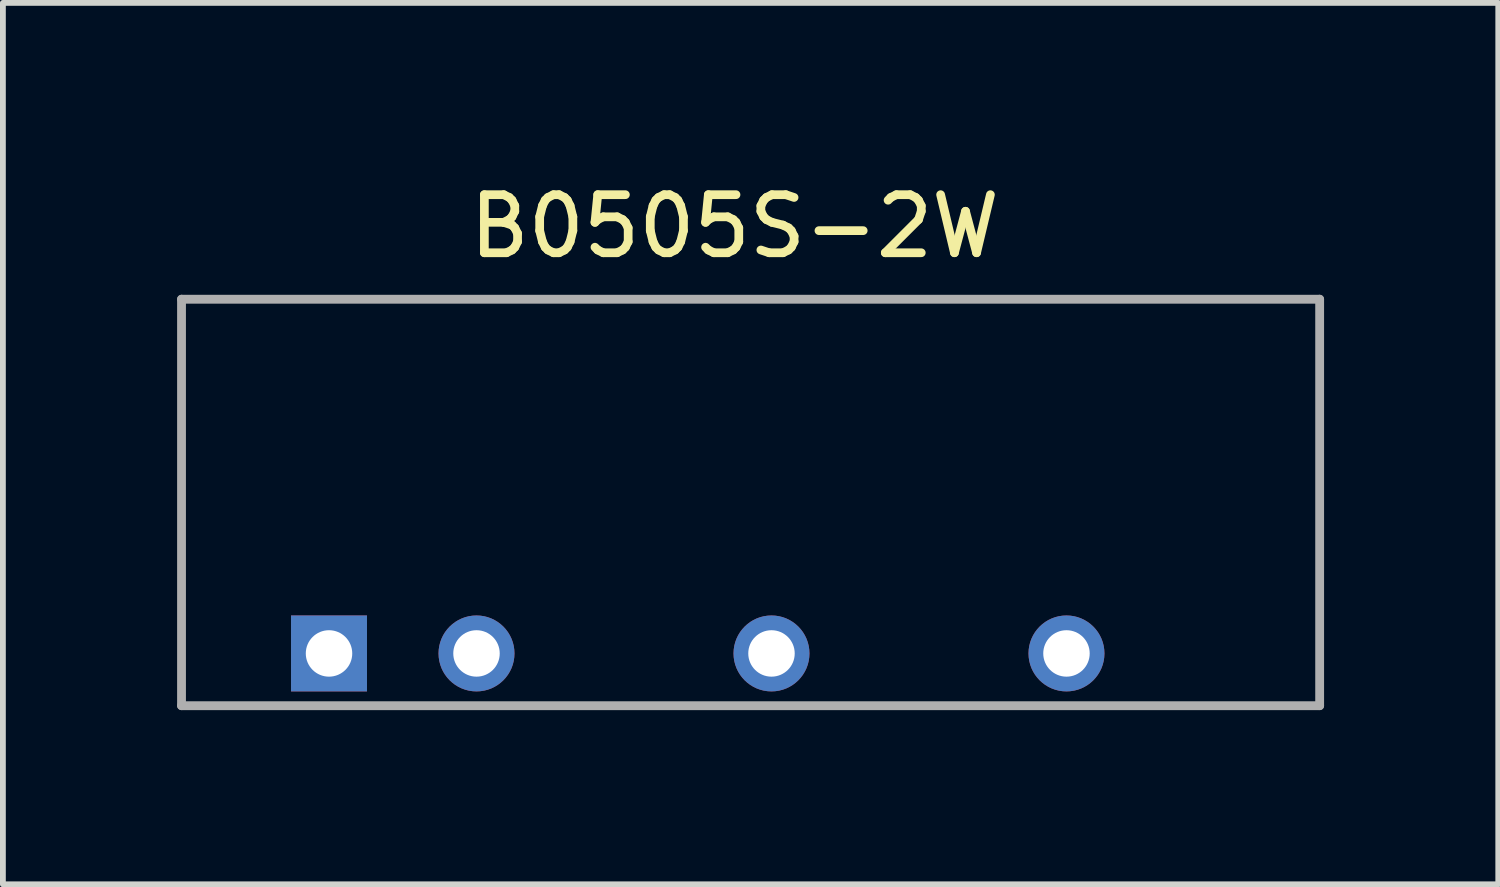
<source format=kicad_pcb>
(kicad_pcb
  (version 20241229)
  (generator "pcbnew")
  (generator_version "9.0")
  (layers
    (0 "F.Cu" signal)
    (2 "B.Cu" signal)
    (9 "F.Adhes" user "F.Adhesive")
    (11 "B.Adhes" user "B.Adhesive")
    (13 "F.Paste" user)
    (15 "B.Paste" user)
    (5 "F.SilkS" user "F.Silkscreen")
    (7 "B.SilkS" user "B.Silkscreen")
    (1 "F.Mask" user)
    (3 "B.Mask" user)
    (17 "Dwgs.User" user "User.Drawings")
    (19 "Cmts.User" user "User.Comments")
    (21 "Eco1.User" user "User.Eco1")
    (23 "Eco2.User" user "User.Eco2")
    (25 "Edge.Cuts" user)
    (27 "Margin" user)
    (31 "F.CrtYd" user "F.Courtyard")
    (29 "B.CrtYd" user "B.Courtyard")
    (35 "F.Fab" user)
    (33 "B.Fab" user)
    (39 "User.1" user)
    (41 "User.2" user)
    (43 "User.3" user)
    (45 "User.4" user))
  (footprint "B0505S-2W"
    (layer "F.Cu")
    (at 10.236 5.293)
    (property "Reference" "B0505S-2W" (at -0.635 -4.445 0) (layer "F.SilkS") (effects (font (size 1 1) (thickness 0.15))))
    (attr through_hole)
    (fp_line (start -10.16 -3.19) (end -10.16 3.81) (stroke (width 0.152) (type solid)) (layer "F.Fab"))
    (fp_line (start -10.16 3.81) (end 9.44 3.81) (stroke (width 0.152) (type solid)) (layer "F.Fab"))
    (fp_line (start 9.44 -3.19) (end -10.16 -3.19) (stroke (width 0.152) (type solid)) (layer "F.Fab"))
    (fp_line (start 9.44 3.81) (end 9.44 -3.19) (stroke (width 0.152) (type solid)) (layer "F.Fab"))
    (pad "GNDA" thru_hole circle (at -5.08 2.91) (size 1.308 1.308) (drill 0.8) (layers "*.Cu" "*.Mask"))
    (pad "GNDB" thru_hole circle (at 0 2.91) (size 1.308 1.308) (drill 0.8) (layers "*.Cu" "*.Mask"))
    (pad "VIN" thru_hole rect (at -7.62 2.91) (size 1.308 1.308) (drill 0.8) (layers "*.Cu" "*.Mask"))
    (pad "VOUT" thru_hole circle (at 5.08 2.91) (size 1.308 1.308) (drill 0.8) (layers "*.Cu" "*.Mask")))
  (gr_rect
    (start -3 -3)
    (end 22.752 12.179)
    (stroke (width 0.1) (type default))
    (fill no)
    (layer "Edge.Cuts")))
</source>
